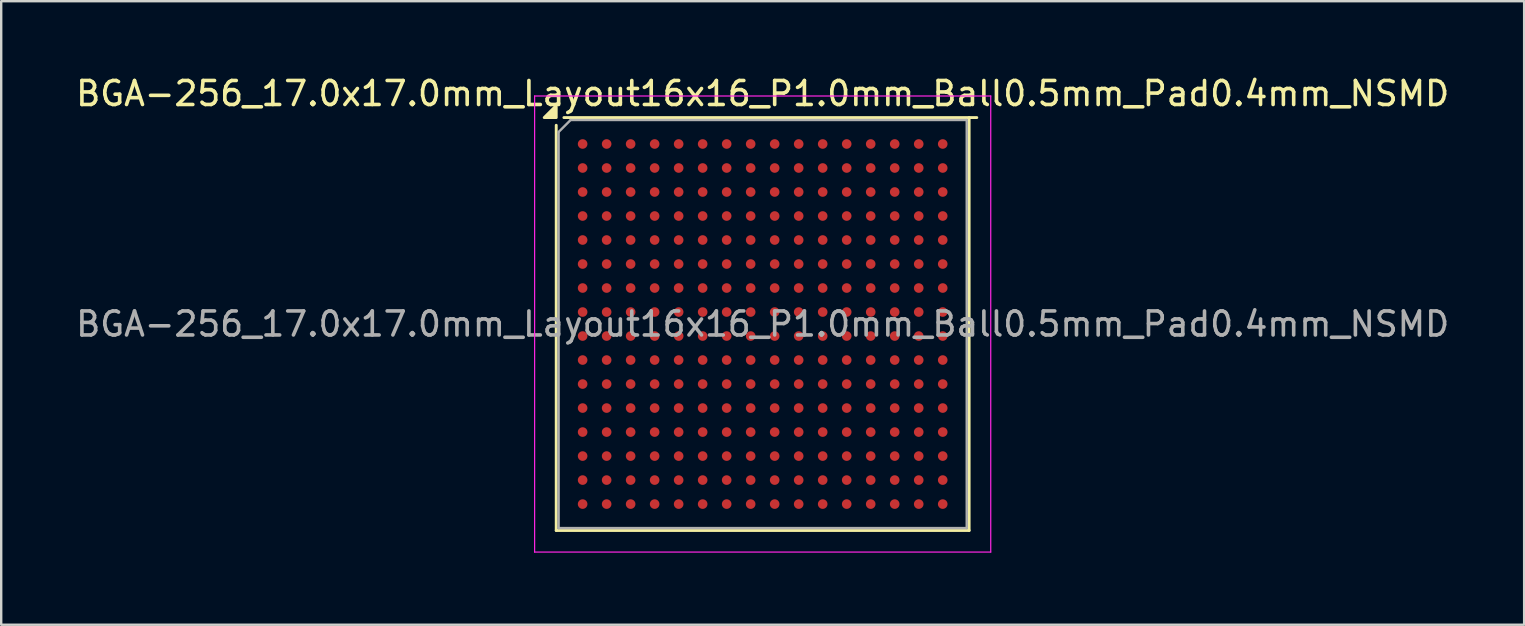
<source format=kicad_pcb>
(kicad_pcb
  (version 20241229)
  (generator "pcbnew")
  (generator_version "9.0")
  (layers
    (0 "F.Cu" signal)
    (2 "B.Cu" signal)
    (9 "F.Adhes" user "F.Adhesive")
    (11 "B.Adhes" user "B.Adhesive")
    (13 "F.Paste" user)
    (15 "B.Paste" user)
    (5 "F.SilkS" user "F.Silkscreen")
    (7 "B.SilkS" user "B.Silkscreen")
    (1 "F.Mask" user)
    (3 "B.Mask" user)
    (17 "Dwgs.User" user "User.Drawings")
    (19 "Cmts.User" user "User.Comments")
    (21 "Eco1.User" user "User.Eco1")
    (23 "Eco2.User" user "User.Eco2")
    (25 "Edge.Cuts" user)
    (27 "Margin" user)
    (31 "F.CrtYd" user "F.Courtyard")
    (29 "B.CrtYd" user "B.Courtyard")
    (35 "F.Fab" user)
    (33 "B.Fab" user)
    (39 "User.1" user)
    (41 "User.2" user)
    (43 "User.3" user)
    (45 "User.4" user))
  (footprint "BGA-256_17.0x17.0mm_Layout16x16_P1.0mm_Ball0.5mm_Pad0.4mm_NSMD"
    (layer "F.Cu")
    (at 28.72 10.448)
    (property "Reference" "BGA-256_17.0x17.0mm_Layout16x16_P1.0mm_Ball0.5mm_Pad0.4mm_NSMD" (at 0 -9.6 0) (layer "F.SilkS") (effects (font (size 1 1) (thickness 0.15))))
    (attr smd)
    (fp_line (start -8.6 -8.28) (end -8.6 8.6) (stroke (width 0.12) (type solid)) (layer "F.SilkS"))
    (fp_line (start -8.6 8.6) (end 8.6 8.6) (stroke (width 0.12) (type solid)) (layer "F.SilkS"))
    (fp_line (start 8.6 8.6) (end 8.6 -8.6) (stroke (width 0.12) (type solid)) (layer "F.SilkS"))
    (fp_line (start 8.92 -8.6) (end -8.28 -8.6) (stroke (width 0.12) (type solid)) (layer "F.SilkS"))
    (fp_poly (pts (xy -8.6 -8.6) (xy -9.1 -8.6) (xy -8.6 -9.1) (xy -8.6 -8.6)) (stroke (width 0.12) (type solid)) (fill yes) (layer "F.SilkS"))
    (fp_line (start -9.5 -9.5) (end -9.5 9.5) (stroke (width 0.05) (type solid)) (layer "F.CrtYd"))
    (fp_line (start -9.5 -9.5) (end 9.5 -9.5) (stroke (width 0.05) (type solid)) (layer "F.CrtYd"))
    (fp_line (start 9.5 9.5) (end -9.5 9.5) (stroke (width 0.05) (type solid)) (layer "F.CrtYd"))
    (fp_line (start 9.5 9.5) (end 9.5 -9.5) (stroke (width 0.05) (type solid)) (layer "F.CrtYd"))
    (fp_line (start -8.5 -8) (end -8.5 8.5) (stroke (width 0.1) (type solid)) (layer "F.Fab"))
    (fp_line (start -8.5 8.5) (end 8.5 8.5) (stroke (width 0.1) (type solid)) (layer "F.Fab"))
    (fp_line (start -8 -8.5) (end -8.5 -8) (stroke (width 0.1) (type solid)) (layer "F.Fab"))
    (fp_line (start 8.5 -8.5) (end -8 -8.5) (stroke (width 0.1) (type solid)) (layer "F.Fab"))
    (fp_line (start 8.5 8.5) (end 8.5 -8.5) (stroke (width 0.1) (type solid)) (layer "F.Fab"))
    (fp_text user "${REFERENCE}" (at 0 0 0) (layer "F.Fab") (effects (font (size 1 1) (thickness 0.15))))
    (pad "A1" smd circle (at -7.5 -7.5) (size 0.4 0.4) (property pad_prop_bga) (layers "F.Cu" "F.Mask" "F.Paste"))
    (pad "A2" smd circle (at -6.5 -7.5) (size 0.4 0.4) (property pad_prop_bga) (layers "F.Cu" "F.Mask" "F.Paste"))
    (pad "A3" smd circle (at -5.5 -7.5) (size 0.4 0.4) (property pad_prop_bga) (layers "F.Cu" "F.Mask" "F.Paste"))
    (pad "A4" smd circle (at -4.5 -7.5) (size 0.4 0.4) (property pad_prop_bga) (layers "F.Cu" "F.Mask" "F.Paste"))
    (pad "A5" smd circle (at -3.5 -7.5) (size 0.4 0.4) (property pad_prop_bga) (layers "F.Cu" "F.Mask" "F.Paste"))
    (pad "A6" smd circle (at -2.5 -7.5) (size 0.4 0.4) (property pad_prop_bga) (layers "F.Cu" "F.Mask" "F.Paste"))
    (pad "A7" smd circle (at -1.5 -7.5) (size 0.4 0.4) (property pad_prop_bga) (layers "F.Cu" "F.Mask" "F.Paste"))
    (pad "A8" smd circle (at -0.5 -7.5) (size 0.4 0.4) (property pad_prop_bga) (layers "F.Cu" "F.Mask" "F.Paste"))
    (pad "A9" smd circle (at 0.5 -7.5) (size 0.4 0.4) (property pad_prop_bga) (layers "F.Cu" "F.Mask" "F.Paste"))
    (pad "A10" smd circle (at 1.5 -7.5) (size 0.4 0.4) (property pad_prop_bga) (layers "F.Cu" "F.Mask" "F.Paste"))
    (pad "A11" smd circle (at 2.5 -7.5) (size 0.4 0.4) (property pad_prop_bga) (layers "F.Cu" "F.Mask" "F.Paste"))
    (pad "A12" smd circle (at 3.5 -7.5) (size 0.4 0.4) (property pad_prop_bga) (layers "F.Cu" "F.Mask" "F.Paste"))
    (pad "A13" smd circle (at 4.5 -7.5) (size 0.4 0.4) (property pad_prop_bga) (layers "F.Cu" "F.Mask" "F.Paste"))
    (pad "A14" smd circle (at 5.5 -7.5) (size 0.4 0.4) (property pad_prop_bga) (layers "F.Cu" "F.Mask" "F.Paste"))
    (pad "A15" smd circle (at 6.5 -7.5) (size 0.4 0.4) (property pad_prop_bga) (layers "F.Cu" "F.Mask" "F.Paste"))
    (pad "A16" smd circle (at 7.5 -7.5) (size 0.4 0.4) (property pad_prop_bga) (layers "F.Cu" "F.Mask" "F.Paste"))
    (pad "B1" smd circle (at -7.5 -6.5) (size 0.4 0.4) (property pad_prop_bga) (layers "F.Cu" "F.Mask" "F.Paste"))
    (pad "B2" smd circle (at -6.5 -6.5) (size 0.4 0.4) (property pad_prop_bga) (layers "F.Cu" "F.Mask" "F.Paste"))
    (pad "B3" smd circle (at -5.5 -6.5) (size 0.4 0.4) (property pad_prop_bga) (layers "F.Cu" "F.Mask" "F.Paste"))
    (pad "B4" smd circle (at -4.5 -6.5) (size 0.4 0.4) (property pad_prop_bga) (layers "F.Cu" "F.Mask" "F.Paste"))
    (pad "B5" smd circle (at -3.5 -6.5) (size 0.4 0.4) (property pad_prop_bga) (layers "F.Cu" "F.Mask" "F.Paste"))
    (pad "B6" smd circle (at -2.5 -6.5) (size 0.4 0.4) (property pad_prop_bga) (layers "F.Cu" "F.Mask" "F.Paste"))
    (pad "B7" smd circle (at -1.5 -6.5) (size 0.4 0.4) (property pad_prop_bga) (layers "F.Cu" "F.Mask" "F.Paste"))
    (pad "B8" smd circle (at -0.5 -6.5) (size 0.4 0.4) (property pad_prop_bga) (layers "F.Cu" "F.Mask" "F.Paste"))
    (pad "B9" smd circle (at 0.5 -6.5) (size 0.4 0.4) (property pad_prop_bga) (layers "F.Cu" "F.Mask" "F.Paste"))
    (pad "B10" smd circle (at 1.5 -6.5) (size 0.4 0.4) (property pad_prop_bga) (layers "F.Cu" "F.Mask" "F.Paste"))
    (pad "B11" smd circle (at 2.5 -6.5) (size 0.4 0.4) (property pad_prop_bga) (layers "F.Cu" "F.Mask" "F.Paste"))
    (pad "B12" smd circle (at 3.5 -6.5) (size 0.4 0.4) (property pad_prop_bga) (layers "F.Cu" "F.Mask" "F.Paste"))
    (pad "B13" smd circle (at 4.5 -6.5) (size 0.4 0.4) (property pad_prop_bga) (layers "F.Cu" "F.Mask" "F.Paste"))
    (pad "B14" smd circle (at 5.5 -6.5) (size 0.4 0.4) (property pad_prop_bga) (layers "F.Cu" "F.Mask" "F.Paste"))
    (pad "B15" smd circle (at 6.5 -6.5) (size 0.4 0.4) (property pad_prop_bga) (layers "F.Cu" "F.Mask" "F.Paste"))
    (pad "B16" smd circle (at 7.5 -6.5) (size 0.4 0.4) (property pad_prop_bga) (layers "F.Cu" "F.Mask" "F.Paste"))
    (pad "C1" smd circle (at -7.5 -5.5) (size 0.4 0.4) (property pad_prop_bga) (layers "F.Cu" "F.Mask" "F.Paste"))
    (pad "C2" smd circle (at -6.5 -5.5) (size 0.4 0.4) (property pad_prop_bga) (layers "F.Cu" "F.Mask" "F.Paste"))
    (pad "C3" smd circle (at -5.5 -5.5) (size 0.4 0.4) (property pad_prop_bga) (layers "F.Cu" "F.Mask" "F.Paste"))
    (pad "C4" smd circle (at -4.5 -5.5) (size 0.4 0.4) (property pad_prop_bga) (layers "F.Cu" "F.Mask" "F.Paste"))
    (pad "C5" smd circle (at -3.5 -5.5) (size 0.4 0.4) (property pad_prop_bga) (layers "F.Cu" "F.Mask" "F.Paste"))
    (pad "C6" smd circle (at -2.5 -5.5) (size 0.4 0.4) (property pad_prop_bga) (layers "F.Cu" "F.Mask" "F.Paste"))
    (pad "C7" smd circle (at -1.5 -5.5) (size 0.4 0.4) (property pad_prop_bga) (layers "F.Cu" "F.Mask" "F.Paste"))
    (pad "C8" smd circle (at -0.5 -5.5) (size 0.4 0.4) (property pad_prop_bga) (layers "F.Cu" "F.Mask" "F.Paste"))
    (pad "C9" smd circle (at 0.5 -5.5) (size 0.4 0.4) (property pad_prop_bga) (layers "F.Cu" "F.Mask" "F.Paste"))
    (pad "C10" smd circle (at 1.5 -5.5) (size 0.4 0.4) (property pad_prop_bga) (layers "F.Cu" "F.Mask" "F.Paste"))
    (pad "C11" smd circle (at 2.5 -5.5) (size 0.4 0.4) (property pad_prop_bga) (layers "F.Cu" "F.Mask" "F.Paste"))
    (pad "C12" smd circle (at 3.5 -5.5) (size 0.4 0.4) (property pad_prop_bga) (layers "F.Cu" "F.Mask" "F.Paste"))
    (pad "C13" smd circle (at 4.5 -5.5) (size 0.4 0.4) (property pad_prop_bga) (layers "F.Cu" "F.Mask" "F.Paste"))
    (pad "C14" smd circle (at 5.5 -5.5) (size 0.4 0.4) (property pad_prop_bga) (layers "F.Cu" "F.Mask" "F.Paste"))
    (pad "C15" smd circle (at 6.5 -5.5) (size 0.4 0.4) (property pad_prop_bga) (layers "F.Cu" "F.Mask" "F.Paste"))
    (pad "C16" smd circle (at 7.5 -5.5) (size 0.4 0.4) (property pad_prop_bga) (layers "F.Cu" "F.Mask" "F.Paste"))
    (pad "D1" smd circle (at -7.5 -4.5) (size 0.4 0.4) (property pad_prop_bga) (layers "F.Cu" "F.Mask" "F.Paste"))
    (pad "D2" smd circle (at -6.5 -4.5) (size 0.4 0.4) (property pad_prop_bga) (layers "F.Cu" "F.Mask" "F.Paste"))
    (pad "D3" smd circle (at -5.5 -4.5) (size 0.4 0.4) (property pad_prop_bga) (layers "F.Cu" "F.Mask" "F.Paste"))
    (pad "D4" smd circle (at -4.5 -4.5) (size 0.4 0.4) (property pad_prop_bga) (layers "F.Cu" "F.Mask" "F.Paste"))
    (pad "D5" smd circle (at -3.5 -4.5) (size 0.4 0.4) (property pad_prop_bga) (layers "F.Cu" "F.Mask" "F.Paste"))
    (pad "D6" smd circle (at -2.5 -4.5) (size 0.4 0.4) (property pad_prop_bga) (layers "F.Cu" "F.Mask" "F.Paste"))
    (pad "D7" smd circle (at -1.5 -4.5) (size 0.4 0.4) (property pad_prop_bga) (layers "F.Cu" "F.Mask" "F.Paste"))
    (pad "D8" smd circle (at -0.5 -4.5) (size 0.4 0.4) (property pad_prop_bga) (layers "F.Cu" "F.Mask" "F.Paste"))
    (pad "D9" smd circle (at 0.5 -4.5) (size 0.4 0.4) (property pad_prop_bga) (layers "F.Cu" "F.Mask" "F.Paste"))
    (pad "D10" smd circle (at 1.5 -4.5) (size 0.4 0.4) (property pad_prop_bga) (layers "F.Cu" "F.Mask" "F.Paste"))
    (pad "D11" smd circle (at 2.5 -4.5) (size 0.4 0.4) (property pad_prop_bga) (layers "F.Cu" "F.Mask" "F.Paste"))
    (pad "D12" smd circle (at 3.5 -4.5) (size 0.4 0.4) (property pad_prop_bga) (layers "F.Cu" "F.Mask" "F.Paste"))
    (pad "D13" smd circle (at 4.5 -4.5) (size 0.4 0.4) (property pad_prop_bga) (layers "F.Cu" "F.Mask" "F.Paste"))
    (pad "D14" smd circle (at 5.5 -4.5) (size 0.4 0.4) (property pad_prop_bga) (layers "F.Cu" "F.Mask" "F.Paste"))
    (pad "D15" smd circle (at 6.5 -4.5) (size 0.4 0.4) (property pad_prop_bga) (layers "F.Cu" "F.Mask" "F.Paste"))
    (pad "D16" smd circle (at 7.5 -4.5) (size 0.4 0.4) (property pad_prop_bga) (layers "F.Cu" "F.Mask" "F.Paste"))
    (pad "E1" smd circle (at -7.5 -3.5) (size 0.4 0.4) (property pad_prop_bga) (layers "F.Cu" "F.Mask" "F.Paste"))
    (pad "E2" smd circle (at -6.5 -3.5) (size 0.4 0.4) (property pad_prop_bga) (layers "F.Cu" "F.Mask" "F.Paste"))
    (pad "E3" smd circle (at -5.5 -3.5) (size 0.4 0.4) (property pad_prop_bga) (layers "F.Cu" "F.Mask" "F.Paste"))
    (pad "E4" smd circle (at -4.5 -3.5) (size 0.4 0.4) (property pad_prop_bga) (layers "F.Cu" "F.Mask" "F.Paste"))
    (pad "E5" smd circle (at -3.5 -3.5) (size 0.4 0.4) (property pad_prop_bga) (layers "F.Cu" "F.Mask" "F.Paste"))
    (pad "E6" smd circle (at -2.5 -3.5) (size 0.4 0.4) (property pad_prop_bga) (layers "F.Cu" "F.Mask" "F.Paste"))
    (pad "E7" smd circle (at -1.5 -3.5) (size 0.4 0.4) (property pad_prop_bga) (layers "F.Cu" "F.Mask" "F.Paste"))
    (pad "E8" smd circle (at -0.5 -3.5) (size 0.4 0.4) (property pad_prop_bga) (layers "F.Cu" "F.Mask" "F.Paste"))
    (pad "E9" smd circle (at 0.5 -3.5) (size 0.4 0.4) (property pad_prop_bga) (layers "F.Cu" "F.Mask" "F.Paste"))
    (pad "E10" smd circle (at 1.5 -3.5) (size 0.4 0.4) (property pad_prop_bga) (layers "F.Cu" "F.Mask" "F.Paste"))
    (pad "E11" smd circle (at 2.5 -3.5) (size 0.4 0.4) (property pad_prop_bga) (layers "F.Cu" "F.Mask" "F.Paste"))
    (pad "E12" smd circle (at 3.5 -3.5) (size 0.4 0.4) (property pad_prop_bga) (layers "F.Cu" "F.Mask" "F.Paste"))
    (pad "E13" smd circle (at 4.5 -3.5) (size 0.4 0.4) (property pad_prop_bga) (layers "F.Cu" "F.Mask" "F.Paste"))
    (pad "E14" smd circle (at 5.5 -3.5) (size 0.4 0.4) (property pad_prop_bga) (layers "F.Cu" "F.Mask" "F.Paste"))
    (pad "E15" smd circle (at 6.5 -3.5) (size 0.4 0.4) (property pad_prop_bga) (layers "F.Cu" "F.Mask" "F.Paste"))
    (pad "E16" smd circle (at 7.5 -3.5) (size 0.4 0.4) (property pad_prop_bga) (layers "F.Cu" "F.Mask" "F.Paste"))
    (pad "F1" smd circle (at -7.5 -2.5) (size 0.4 0.4) (property pad_prop_bga) (layers "F.Cu" "F.Mask" "F.Paste"))
    (pad "F2" smd circle (at -6.5 -2.5) (size 0.4 0.4) (property pad_prop_bga) (layers "F.Cu" "F.Mask" "F.Paste"))
    (pad "F3" smd circle (at -5.5 -2.5) (size 0.4 0.4) (property pad_prop_bga) (layers "F.Cu" "F.Mask" "F.Paste"))
    (pad "F4" smd circle (at -4.5 -2.5) (size 0.4 0.4) (property pad_prop_bga) (layers "F.Cu" "F.Mask" "F.Paste"))
    (pad "F5" smd circle (at -3.5 -2.5) (size 0.4 0.4) (property pad_prop_bga) (layers "F.Cu" "F.Mask" "F.Paste"))
    (pad "F6" smd circle (at -2.5 -2.5) (size 0.4 0.4) (property pad_prop_bga) (layers "F.Cu" "F.Mask" "F.Paste"))
    (pad "F7" smd circle (at -1.5 -2.5) (size 0.4 0.4) (property pad_prop_bga) (layers "F.Cu" "F.Mask" "F.Paste"))
    (pad "F8" smd circle (at -0.5 -2.5) (size 0.4 0.4) (property pad_prop_bga) (layers "F.Cu" "F.Mask" "F.Paste"))
    (pad "F9" smd circle (at 0.5 -2.5) (size 0.4 0.4) (property pad_prop_bga) (layers "F.Cu" "F.Mask" "F.Paste"))
    (pad "F10" smd circle (at 1.5 -2.5) (size 0.4 0.4) (property pad_prop_bga) (layers "F.Cu" "F.Mask" "F.Paste"))
    (pad "F11" smd circle (at 2.5 -2.5) (size 0.4 0.4) (property pad_prop_bga) (layers "F.Cu" "F.Mask" "F.Paste"))
    (pad "F12" smd circle (at 3.5 -2.5) (size 0.4 0.4) (property pad_prop_bga) (layers "F.Cu" "F.Mask" "F.Paste"))
    (pad "F13" smd circle (at 4.5 -2.5) (size 0.4 0.4) (property pad_prop_bga) (layers "F.Cu" "F.Mask" "F.Paste"))
    (pad "F14" smd circle (at 5.5 -2.5) (size 0.4 0.4) (property pad_prop_bga) (layers "F.Cu" "F.Mask" "F.Paste"))
    (pad "F15" smd circle (at 6.5 -2.5) (size 0.4 0.4) (property pad_prop_bga) (layers "F.Cu" "F.Mask" "F.Paste"))
    (pad "F16" smd circle (at 7.5 -2.5) (size 0.4 0.4) (property pad_prop_bga) (layers "F.Cu" "F.Mask" "F.Paste"))
    (pad "G1" smd circle (at -7.5 -1.5) (size 0.4 0.4) (property pad_prop_bga) (layers "F.Cu" "F.Mask" "F.Paste"))
    (pad "G2" smd circle (at -6.5 -1.5) (size 0.4 0.4) (property pad_prop_bga) (layers "F.Cu" "F.Mask" "F.Paste"))
    (pad "G3" smd circle (at -5.5 -1.5) (size 0.4 0.4) (property pad_prop_bga) (layers "F.Cu" "F.Mask" "F.Paste"))
    (pad "G4" smd circle (at -4.5 -1.5) (size 0.4 0.4) (property pad_prop_bga) (layers "F.Cu" "F.Mask" "F.Paste"))
    (pad "G5" smd circle (at -3.5 -1.5) (size 0.4 0.4) (property pad_prop_bga) (layers "F.Cu" "F.Mask" "F.Paste"))
    (pad "G6" smd circle (at -2.5 -1.5) (size 0.4 0.4) (property pad_prop_bga) (layers "F.Cu" "F.Mask" "F.Paste"))
    (pad "G7" smd circle (at -1.5 -1.5) (size 0.4 0.4) (property pad_prop_bga) (layers "F.Cu" "F.Mask" "F.Paste"))
    (pad "G8" smd circle (at -0.5 -1.5) (size 0.4 0.4) (property pad_prop_bga) (layers "F.Cu" "F.Mask" "F.Paste"))
    (pad "G9" smd circle (at 0.5 -1.5) (size 0.4 0.4) (property pad_prop_bga) (layers "F.Cu" "F.Mask" "F.Paste"))
    (pad "G10" smd circle (at 1.5 -1.5) (size 0.4 0.4) (property pad_prop_bga) (layers "F.Cu" "F.Mask" "F.Paste"))
    (pad "G11" smd circle (at 2.5 -1.5) (size 0.4 0.4) (property pad_prop_bga) (layers "F.Cu" "F.Mask" "F.Paste"))
    (pad "G12" smd circle (at 3.5 -1.5) (size 0.4 0.4) (property pad_prop_bga) (layers "F.Cu" "F.Mask" "F.Paste"))
    (pad "G13" smd circle (at 4.5 -1.5) (size 0.4 0.4) (property pad_prop_bga) (layers "F.Cu" "F.Mask" "F.Paste"))
    (pad "G14" smd circle (at 5.5 -1.5) (size 0.4 0.4) (property pad_prop_bga) (layers "F.Cu" "F.Mask" "F.Paste"))
    (pad "G15" smd circle (at 6.5 -1.5) (size 0.4 0.4) (property pad_prop_bga) (layers "F.Cu" "F.Mask" "F.Paste"))
    (pad "G16" smd circle (at 7.5 -1.5) (size 0.4 0.4) (property pad_prop_bga) (layers "F.Cu" "F.Mask" "F.Paste"))
    (pad "H1" smd circle (at -7.5 -0.5) (size 0.4 0.4) (property pad_prop_bga) (layers "F.Cu" "F.Mask" "F.Paste"))
    (pad "H2" smd circle (at -6.5 -0.5) (size 0.4 0.4) (property pad_prop_bga) (layers "F.Cu" "F.Mask" "F.Paste"))
    (pad "H3" smd circle (at -5.5 -0.5) (size 0.4 0.4) (property pad_prop_bga) (layers "F.Cu" "F.Mask" "F.Paste"))
    (pad "H4" smd circle (at -4.5 -0.5) (size 0.4 0.4) (property pad_prop_bga) (layers "F.Cu" "F.Mask" "F.Paste"))
    (pad "H5" smd circle (at -3.5 -0.5) (size 0.4 0.4) (property pad_prop_bga) (layers "F.Cu" "F.Mask" "F.Paste"))
    (pad "H6" smd circle (at -2.5 -0.5) (size 0.4 0.4) (property pad_prop_bga) (layers "F.Cu" "F.Mask" "F.Paste"))
    (pad "H7" smd circle (at -1.5 -0.5) (size 0.4 0.4) (property pad_prop_bga) (layers "F.Cu" "F.Mask" "F.Paste"))
    (pad "H8" smd circle (at -0.5 -0.5) (size 0.4 0.4) (property pad_prop_bga) (layers "F.Cu" "F.Mask" "F.Paste"))
    (pad "H9" smd circle (at 0.5 -0.5) (size 0.4 0.4) (property pad_prop_bga) (layers "F.Cu" "F.Mask" "F.Paste"))
    (pad "H10" smd circle (at 1.5 -0.5) (size 0.4 0.4) (property pad_prop_bga) (layers "F.Cu" "F.Mask" "F.Paste"))
    (pad "H11" smd circle (at 2.5 -0.5) (size 0.4 0.4) (property pad_prop_bga) (layers "F.Cu" "F.Mask" "F.Paste"))
    (pad "H12" smd circle (at 3.5 -0.5) (size 0.4 0.4) (property pad_prop_bga) (layers "F.Cu" "F.Mask" "F.Paste"))
    (pad "H13" smd circle (at 4.5 -0.5) (size 0.4 0.4) (property pad_prop_bga) (layers "F.Cu" "F.Mask" "F.Paste"))
    (pad "H14" smd circle (at 5.5 -0.5) (size 0.4 0.4) (property pad_prop_bga) (layers "F.Cu" "F.Mask" "F.Paste"))
    (pad "H15" smd circle (at 6.5 -0.5) (size 0.4 0.4) (property pad_prop_bga) (layers "F.Cu" "F.Mask" "F.Paste"))
    (pad "H16" smd circle (at 7.5 -0.5) (size 0.4 0.4) (property pad_prop_bga) (layers "F.Cu" "F.Mask" "F.Paste"))
    (pad "J1" smd circle (at -7.5 0.5) (size 0.4 0.4) (property pad_prop_bga) (layers "F.Cu" "F.Mask" "F.Paste"))
    (pad "J2" smd circle (at -6.5 0.5) (size 0.4 0.4) (property pad_prop_bga) (layers "F.Cu" "F.Mask" "F.Paste"))
    (pad "J3" smd circle (at -5.5 0.5) (size 0.4 0.4) (property pad_prop_bga) (layers "F.Cu" "F.Mask" "F.Paste"))
    (pad "J4" smd circle (at -4.5 0.5) (size 0.4 0.4) (property pad_prop_bga) (layers "F.Cu" "F.Mask" "F.Paste"))
    (pad "J5" smd circle (at -3.5 0.5) (size 0.4 0.4) (property pad_prop_bga) (layers "F.Cu" "F.Mask" "F.Paste"))
    (pad "J6" smd circle (at -2.5 0.5) (size 0.4 0.4) (property pad_prop_bga) (layers "F.Cu" "F.Mask" "F.Paste"))
    (pad "J7" smd circle (at -1.5 0.5) (size 0.4 0.4) (property pad_prop_bga) (layers "F.Cu" "F.Mask" "F.Paste"))
    (pad "J8" smd circle (at -0.5 0.5) (size 0.4 0.4) (property pad_prop_bga) (layers "F.Cu" "F.Mask" "F.Paste"))
    (pad "J9" smd circle (at 0.5 0.5) (size 0.4 0.4) (property pad_prop_bga) (layers "F.Cu" "F.Mask" "F.Paste"))
    (pad "J10" smd circle (at 1.5 0.5) (size 0.4 0.4) (property pad_prop_bga) (layers "F.Cu" "F.Mask" "F.Paste"))
    (pad "J11" smd circle (at 2.5 0.5) (size 0.4 0.4) (property pad_prop_bga) (layers "F.Cu" "F.Mask" "F.Paste"))
    (pad "J12" smd circle (at 3.5 0.5) (size 0.4 0.4) (property pad_prop_bga) (layers "F.Cu" "F.Mask" "F.Paste"))
    (pad "J13" smd circle (at 4.5 0.5) (size 0.4 0.4) (property pad_prop_bga) (layers "F.Cu" "F.Mask" "F.Paste"))
    (pad "J14" smd circle (at 5.5 0.5) (size 0.4 0.4) (property pad_prop_bga) (layers "F.Cu" "F.Mask" "F.Paste"))
    (pad "J15" smd circle (at 6.5 0.5) (size 0.4 0.4) (property pad_prop_bga) (layers "F.Cu" "F.Mask" "F.Paste"))
    (pad "J16" smd circle (at 7.5 0.5) (size 0.4 0.4) (property pad_prop_bga) (layers "F.Cu" "F.Mask" "F.Paste"))
    (pad "K1" smd circle (at -7.5 1.5) (size 0.4 0.4) (property pad_prop_bga) (layers "F.Cu" "F.Mask" "F.Paste"))
    (pad "K2" smd circle (at -6.5 1.5) (size 0.4 0.4) (property pad_prop_bga) (layers "F.Cu" "F.Mask" "F.Paste"))
    (pad "K3" smd circle (at -5.5 1.5) (size 0.4 0.4) (property pad_prop_bga) (layers "F.Cu" "F.Mask" "F.Paste"))
    (pad "K4" smd circle (at -4.5 1.5) (size 0.4 0.4) (property pad_prop_bga) (layers "F.Cu" "F.Mask" "F.Paste"))
    (pad "K5" smd circle (at -3.5 1.5) (size 0.4 0.4) (property pad_prop_bga) (layers "F.Cu" "F.Mask" "F.Paste"))
    (pad "K6" smd circle (at -2.5 1.5) (size 0.4 0.4) (property pad_prop_bga) (layers "F.Cu" "F.Mask" "F.Paste"))
    (pad "K7" smd circle (at -1.5 1.5) (size 0.4 0.4) (property pad_prop_bga) (layers "F.Cu" "F.Mask" "F.Paste"))
    (pad "K8" smd circle (at -0.5 1.5) (size 0.4 0.4) (property pad_prop_bga) (layers "F.Cu" "F.Mask" "F.Paste"))
    (pad "K9" smd circle (at 0.5 1.5) (size 0.4 0.4) (property pad_prop_bga) (layers "F.Cu" "F.Mask" "F.Paste"))
    (pad "K10" smd circle (at 1.5 1.5) (size 0.4 0.4) (property pad_prop_bga) (layers "F.Cu" "F.Mask" "F.Paste"))
    (pad "K11" smd circle (at 2.5 1.5) (size 0.4 0.4) (property pad_prop_bga) (layers "F.Cu" "F.Mask" "F.Paste"))
    (pad "K12" smd circle (at 3.5 1.5) (size 0.4 0.4) (property pad_prop_bga) (layers "F.Cu" "F.Mask" "F.Paste"))
    (pad "K13" smd circle (at 4.5 1.5) (size 0.4 0.4) (property pad_prop_bga) (layers "F.Cu" "F.Mask" "F.Paste"))
    (pad "K14" smd circle (at 5.5 1.5) (size 0.4 0.4) (property pad_prop_bga) (layers "F.Cu" "F.Mask" "F.Paste"))
    (pad "K15" smd circle (at 6.5 1.5) (size 0.4 0.4) (property pad_prop_bga) (layers "F.Cu" "F.Mask" "F.Paste"))
    (pad "K16" smd circle (at 7.5 1.5) (size 0.4 0.4) (property pad_prop_bga) (layers "F.Cu" "F.Mask" "F.Paste"))
    (pad "L1" smd circle (at -7.5 2.5) (size 0.4 0.4) (property pad_prop_bga) (layers "F.Cu" "F.Mask" "F.Paste"))
    (pad "L2" smd circle (at -6.5 2.5) (size 0.4 0.4) (property pad_prop_bga) (layers "F.Cu" "F.Mask" "F.Paste"))
    (pad "L3" smd circle (at -5.5 2.5) (size 0.4 0.4) (property pad_prop_bga) (layers "F.Cu" "F.Mask" "F.Paste"))
    (pad "L4" smd circle (at -4.5 2.5) (size 0.4 0.4) (property pad_prop_bga) (layers "F.Cu" "F.Mask" "F.Paste"))
    (pad "L5" smd circle (at -3.5 2.5) (size 0.4 0.4) (property pad_prop_bga) (layers "F.Cu" "F.Mask" "F.Paste"))
    (pad "L6" smd circle (at -2.5 2.5) (size 0.4 0.4) (property pad_prop_bga) (layers "F.Cu" "F.Mask" "F.Paste"))
    (pad "L7" smd circle (at -1.5 2.5) (size 0.4 0.4) (property pad_prop_bga) (layers "F.Cu" "F.Mask" "F.Paste"))
    (pad "L8" smd circle (at -0.5 2.5) (size 0.4 0.4) (property pad_prop_bga) (layers "F.Cu" "F.Mask" "F.Paste"))
    (pad "L9" smd circle (at 0.5 2.5) (size 0.4 0.4) (property pad_prop_bga) (layers "F.Cu" "F.Mask" "F.Paste"))
    (pad "L10" smd circle (at 1.5 2.5) (size 0.4 0.4) (property pad_prop_bga) (layers "F.Cu" "F.Mask" "F.Paste"))
    (pad "L11" smd circle (at 2.5 2.5) (size 0.4 0.4) (property pad_prop_bga) (layers "F.Cu" "F.Mask" "F.Paste"))
    (pad "L12" smd circle (at 3.5 2.5) (size 0.4 0.4) (property pad_prop_bga) (layers "F.Cu" "F.Mask" "F.Paste"))
    (pad "L13" smd circle (at 4.5 2.5) (size 0.4 0.4) (property pad_prop_bga) (layers "F.Cu" "F.Mask" "F.Paste"))
    (pad "L14" smd circle (at 5.5 2.5) (size 0.4 0.4) (property pad_prop_bga) (layers "F.Cu" "F.Mask" "F.Paste"))
    (pad "L15" smd circle (at 6.5 2.5) (size 0.4 0.4) (property pad_prop_bga) (layers "F.Cu" "F.Mask" "F.Paste"))
    (pad "L16" smd circle (at 7.5 2.5) (size 0.4 0.4) (property pad_prop_bga) (layers "F.Cu" "F.Mask" "F.Paste"))
    (pad "M1" smd circle (at -7.5 3.5) (size 0.4 0.4) (property pad_prop_bga) (layers "F.Cu" "F.Mask" "F.Paste"))
    (pad "M2" smd circle (at -6.5 3.5) (size 0.4 0.4) (property pad_prop_bga) (layers "F.Cu" "F.Mask" "F.Paste"))
    (pad "M3" smd circle (at -5.5 3.5) (size 0.4 0.4) (property pad_prop_bga) (layers "F.Cu" "F.Mask" "F.Paste"))
    (pad "M4" smd circle (at -4.5 3.5) (size 0.4 0.4) (property pad_prop_bga) (layers "F.Cu" "F.Mask" "F.Paste"))
    (pad "M5" smd circle (at -3.5 3.5) (size 0.4 0.4) (property pad_prop_bga) (layers "F.Cu" "F.Mask" "F.Paste"))
    (pad "M6" smd circle (at -2.5 3.5) (size 0.4 0.4) (property pad_prop_bga) (layers "F.Cu" "F.Mask" "F.Paste"))
    (pad "M7" smd circle (at -1.5 3.5) (size 0.4 0.4) (property pad_prop_bga) (layers "F.Cu" "F.Mask" "F.Paste"))
    (pad "M8" smd circle (at -0.5 3.5) (size 0.4 0.4) (property pad_prop_bga) (layers "F.Cu" "F.Mask" "F.Paste"))
    (pad "M9" smd circle (at 0.5 3.5) (size 0.4 0.4) (property pad_prop_bga) (layers "F.Cu" "F.Mask" "F.Paste"))
    (pad "M10" smd circle (at 1.5 3.5) (size 0.4 0.4) (property pad_prop_bga) (layers "F.Cu" "F.Mask" "F.Paste"))
    (pad "M11" smd circle (at 2.5 3.5) (size 0.4 0.4) (property pad_prop_bga) (layers "F.Cu" "F.Mask" "F.Paste"))
    (pad "M12" smd circle (at 3.5 3.5) (size 0.4 0.4) (property pad_prop_bga) (layers "F.Cu" "F.Mask" "F.Paste"))
    (pad "M13" smd circle (at 4.5 3.5) (size 0.4 0.4) (property pad_prop_bga) (layers "F.Cu" "F.Mask" "F.Paste"))
    (pad "M14" smd circle (at 5.5 3.5) (size 0.4 0.4) (property pad_prop_bga) (layers "F.Cu" "F.Mask" "F.Paste"))
    (pad "M15" smd circle (at 6.5 3.5) (size 0.4 0.4) (property pad_prop_bga) (layers "F.Cu" "F.Mask" "F.Paste"))
    (pad "M16" smd circle (at 7.5 3.5) (size 0.4 0.4) (property pad_prop_bga) (layers "F.Cu" "F.Mask" "F.Paste"))
    (pad "N1" smd circle (at -7.5 4.5) (size 0.4 0.4) (property pad_prop_bga) (layers "F.Cu" "F.Mask" "F.Paste"))
    (pad "N2" smd circle (at -6.5 4.5) (size 0.4 0.4) (property pad_prop_bga) (layers "F.Cu" "F.Mask" "F.Paste"))
    (pad "N3" smd circle (at -5.5 4.5) (size 0.4 0.4) (property pad_prop_bga) (layers "F.Cu" "F.Mask" "F.Paste"))
    (pad "N4" smd circle (at -4.5 4.5) (size 0.4 0.4) (property pad_prop_bga) (layers "F.Cu" "F.Mask" "F.Paste"))
    (pad "N5" smd circle (at -3.5 4.5) (size 0.4 0.4) (property pad_prop_bga) (layers "F.Cu" "F.Mask" "F.Paste"))
    (pad "N6" smd circle (at -2.5 4.5) (size 0.4 0.4) (property pad_prop_bga) (layers "F.Cu" "F.Mask" "F.Paste"))
    (pad "N7" smd circle (at -1.5 4.5) (size 0.4 0.4) (property pad_prop_bga) (layers "F.Cu" "F.Mask" "F.Paste"))
    (pad "N8" smd circle (at -0.5 4.5) (size 0.4 0.4) (property pad_prop_bga) (layers "F.Cu" "F.Mask" "F.Paste"))
    (pad "N9" smd circle (at 0.5 4.5) (size 0.4 0.4) (property pad_prop_bga) (layers "F.Cu" "F.Mask" "F.Paste"))
    (pad "N10" smd circle (at 1.5 4.5) (size 0.4 0.4) (property pad_prop_bga) (layers "F.Cu" "F.Mask" "F.Paste"))
    (pad "N11" smd circle (at 2.5 4.5) (size 0.4 0.4) (property pad_prop_bga) (layers "F.Cu" "F.Mask" "F.Paste"))
    (pad "N12" smd circle (at 3.5 4.5) (size 0.4 0.4) (property pad_prop_bga) (layers "F.Cu" "F.Mask" "F.Paste"))
    (pad "N13" smd circle (at 4.5 4.5) (size 0.4 0.4) (property pad_prop_bga) (layers "F.Cu" "F.Mask" "F.Paste"))
    (pad "N14" smd circle (at 5.5 4.5) (size 0.4 0.4) (property pad_prop_bga) (layers "F.Cu" "F.Mask" "F.Paste"))
    (pad "N15" smd circle (at 6.5 4.5) (size 0.4 0.4) (property pad_prop_bga) (layers "F.Cu" "F.Mask" "F.Paste"))
    (pad "N16" smd circle (at 7.5 4.5) (size 0.4 0.4) (property pad_prop_bga) (layers "F.Cu" "F.Mask" "F.Paste"))
    (pad "P1" smd circle (at -7.5 5.5) (size 0.4 0.4) (property pad_prop_bga) (layers "F.Cu" "F.Mask" "F.Paste"))
    (pad "P2" smd circle (at -6.5 5.5) (size 0.4 0.4) (property pad_prop_bga) (layers "F.Cu" "F.Mask" "F.Paste"))
    (pad "P3" smd circle (at -5.5 5.5) (size 0.4 0.4) (property pad_prop_bga) (layers "F.Cu" "F.Mask" "F.Paste"))
    (pad "P4" smd circle (at -4.5 5.5) (size 0.4 0.4) (property pad_prop_bga) (layers "F.Cu" "F.Mask" "F.Paste"))
    (pad "P5" smd circle (at -3.5 5.5) (size 0.4 0.4) (property pad_prop_bga) (layers "F.Cu" "F.Mask" "F.Paste"))
    (pad "P6" smd circle (at -2.5 5.5) (size 0.4 0.4) (property pad_prop_bga) (layers "F.Cu" "F.Mask" "F.Paste"))
    (pad "P7" smd circle (at -1.5 5.5) (size 0.4 0.4) (property pad_prop_bga) (layers "F.Cu" "F.Mask" "F.Paste"))
    (pad "P8" smd circle (at -0.5 5.5) (size 0.4 0.4) (property pad_prop_bga) (layers "F.Cu" "F.Mask" "F.Paste"))
    (pad "P9" smd circle (at 0.5 5.5) (size 0.4 0.4) (property pad_prop_bga) (layers "F.Cu" "F.Mask" "F.Paste"))
    (pad "P10" smd circle (at 1.5 5.5) (size 0.4 0.4) (property pad_prop_bga) (layers "F.Cu" "F.Mask" "F.Paste"))
    (pad "P11" smd circle (at 2.5 5.5) (size 0.4 0.4) (property pad_prop_bga) (layers "F.Cu" "F.Mask" "F.Paste"))
    (pad "P12" smd circle (at 3.5 5.5) (size 0.4 0.4) (property pad_prop_bga) (layers "F.Cu" "F.Mask" "F.Paste"))
    (pad "P13" smd circle (at 4.5 5.5) (size 0.4 0.4) (property pad_prop_bga) (layers "F.Cu" "F.Mask" "F.Paste"))
    (pad "P14" smd circle (at 5.5 5.5) (size 0.4 0.4) (property pad_prop_bga) (layers "F.Cu" "F.Mask" "F.Paste"))
    (pad "P15" smd circle (at 6.5 5.5) (size 0.4 0.4) (property pad_prop_bga) (layers "F.Cu" "F.Mask" "F.Paste"))
    (pad "P16" smd circle (at 7.5 5.5) (size 0.4 0.4) (property pad_prop_bga) (layers "F.Cu" "F.Mask" "F.Paste"))
    (pad "R1" smd circle (at -7.5 6.5) (size 0.4 0.4) (property pad_prop_bga) (layers "F.Cu" "F.Mask" "F.Paste"))
    (pad "R2" smd circle (at -6.5 6.5) (size 0.4 0.4) (property pad_prop_bga) (layers "F.Cu" "F.Mask" "F.Paste"))
    (pad "R3" smd circle (at -5.5 6.5) (size 0.4 0.4) (property pad_prop_bga) (layers "F.Cu" "F.Mask" "F.Paste"))
    (pad "R4" smd circle (at -4.5 6.5) (size 0.4 0.4) (property pad_prop_bga) (layers "F.Cu" "F.Mask" "F.Paste"))
    (pad "R5" smd circle (at -3.5 6.5) (size 0.4 0.4) (property pad_prop_bga) (layers "F.Cu" "F.Mask" "F.Paste"))
    (pad "R6" smd circle (at -2.5 6.5) (size 0.4 0.4) (property pad_prop_bga) (layers "F.Cu" "F.Mask" "F.Paste"))
    (pad "R7" smd circle (at -1.5 6.5) (size 0.4 0.4) (property pad_prop_bga) (layers "F.Cu" "F.Mask" "F.Paste"))
    (pad "R8" smd circle (at -0.5 6.5) (size 0.4 0.4) (property pad_prop_bga) (layers "F.Cu" "F.Mask" "F.Paste"))
    (pad "R9" smd circle (at 0.5 6.5) (size 0.4 0.4) (property pad_prop_bga) (layers "F.Cu" "F.Mask" "F.Paste"))
    (pad "R10" smd circle (at 1.5 6.5) (size 0.4 0.4) (property pad_prop_bga) (layers "F.Cu" "F.Mask" "F.Paste"))
    (pad "R11" smd circle (at 2.5 6.5) (size 0.4 0.4) (property pad_prop_bga) (layers "F.Cu" "F.Mask" "F.Paste"))
    (pad "R12" smd circle (at 3.5 6.5) (size 0.4 0.4) (property pad_prop_bga) (layers "F.Cu" "F.Mask" "F.Paste"))
    (pad "R13" smd circle (at 4.5 6.5) (size 0.4 0.4) (property pad_prop_bga) (layers "F.Cu" "F.Mask" "F.Paste"))
    (pad "R14" smd circle (at 5.5 6.5) (size 0.4 0.4) (property pad_prop_bga) (layers "F.Cu" "F.Mask" "F.Paste"))
    (pad "R15" smd circle (at 6.5 6.5) (size 0.4 0.4) (property pad_prop_bga) (layers "F.Cu" "F.Mask" "F.Paste"))
    (pad "R16" smd circle (at 7.5 6.5) (size 0.4 0.4) (property pad_prop_bga) (layers "F.Cu" "F.Mask" "F.Paste"))
    (pad "T1" smd circle (at -7.5 7.5) (size 0.4 0.4) (property pad_prop_bga) (layers "F.Cu" "F.Mask" "F.Paste"))
    (pad "T2" smd circle (at -6.5 7.5) (size 0.4 0.4) (property pad_prop_bga) (layers "F.Cu" "F.Mask" "F.Paste"))
    (pad "T3" smd circle (at -5.5 7.5) (size 0.4 0.4) (property pad_prop_bga) (layers "F.Cu" "F.Mask" "F.Paste"))
    (pad "T4" smd circle (at -4.5 7.5) (size 0.4 0.4) (property pad_prop_bga) (layers "F.Cu" "F.Mask" "F.Paste"))
    (pad "T5" smd circle (at -3.5 7.5) (size 0.4 0.4) (property pad_prop_bga) (layers "F.Cu" "F.Mask" "F.Paste"))
    (pad "T6" smd circle (at -2.5 7.5) (size 0.4 0.4) (property pad_prop_bga) (layers "F.Cu" "F.Mask" "F.Paste"))
    (pad "T7" smd circle (at -1.5 7.5) (size 0.4 0.4) (property pad_prop_bga) (layers "F.Cu" "F.Mask" "F.Paste"))
    (pad "T8" smd circle (at -0.5 7.5) (size 0.4 0.4) (property pad_prop_bga) (layers "F.Cu" "F.Mask" "F.Paste"))
    (pad "T9" smd circle (at 0.5 7.5) (size 0.4 0.4) (property pad_prop_bga) (layers "F.Cu" "F.Mask" "F.Paste"))
    (pad "T10" smd circle (at 1.5 7.5) (size 0.4 0.4) (property pad_prop_bga) (layers "F.Cu" "F.Mask" "F.Paste"))
    (pad "T11" smd circle (at 2.5 7.5) (size 0.4 0.4) (property pad_prop_bga) (layers "F.Cu" "F.Mask" "F.Paste"))
    (pad "T12" smd circle (at 3.5 7.5) (size 0.4 0.4) (property pad_prop_bga) (layers "F.Cu" "F.Mask" "F.Paste"))
    (pad "T13" smd circle (at 4.5 7.5) (size 0.4 0.4) (property pad_prop_bga) (layers "F.Cu" "F.Mask" "F.Paste"))
    (pad "T14" smd circle (at 5.5 7.5) (size 0.4 0.4) (property pad_prop_bga) (layers "F.Cu" "F.Mask" "F.Paste"))
    (pad "T15" smd circle (at 6.5 7.5) (size 0.4 0.4) (property pad_prop_bga) (layers "F.Cu" "F.Mask" "F.Paste"))
    (pad "T16" smd circle (at 7.5 7.5) (size 0.4 0.4) (property pad_prop_bga) (layers "F.Cu" "F.Mask" "F.Paste")))
  (gr_rect
    (start -3 -3)
    (end 60.44 22.973)
    (stroke (width 0.1) (type default))
    (fill no)
    (layer "Edge.Cuts")))
</source>
